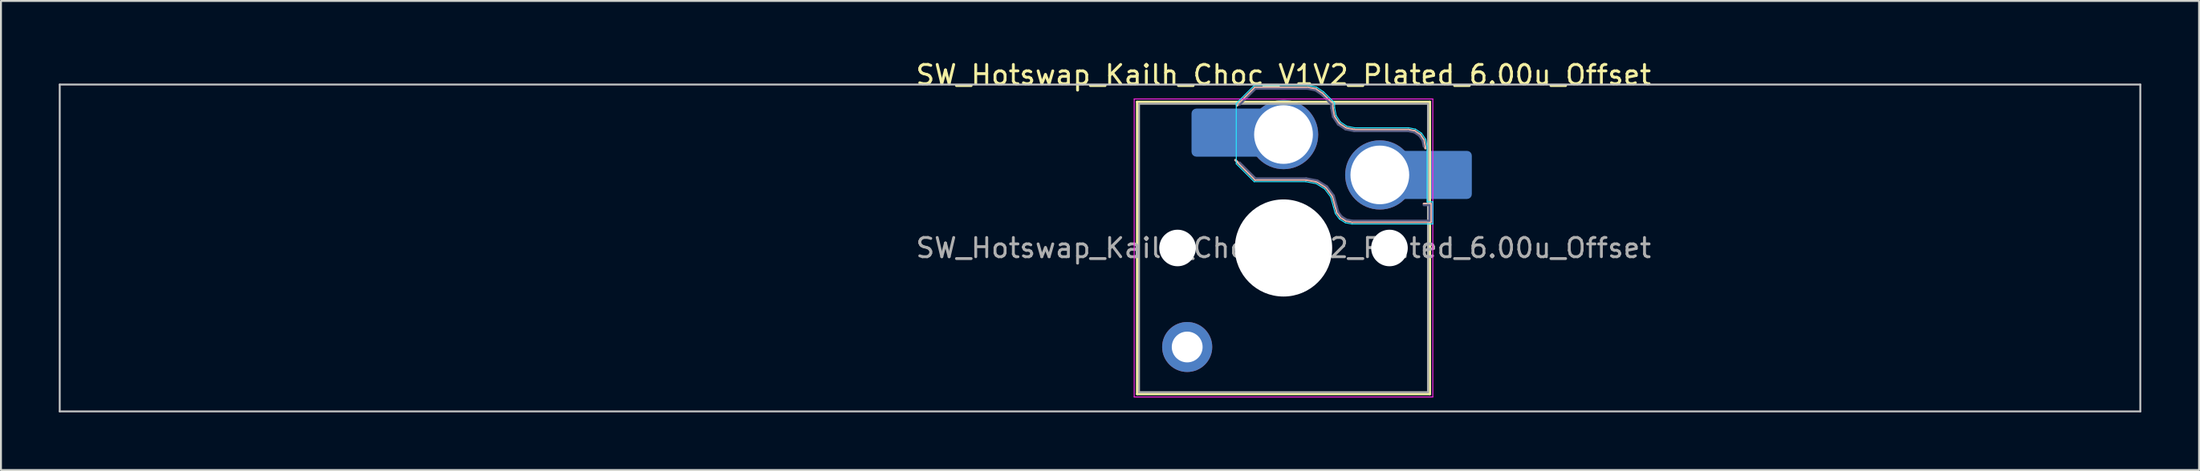
<source format=kicad_pcb>
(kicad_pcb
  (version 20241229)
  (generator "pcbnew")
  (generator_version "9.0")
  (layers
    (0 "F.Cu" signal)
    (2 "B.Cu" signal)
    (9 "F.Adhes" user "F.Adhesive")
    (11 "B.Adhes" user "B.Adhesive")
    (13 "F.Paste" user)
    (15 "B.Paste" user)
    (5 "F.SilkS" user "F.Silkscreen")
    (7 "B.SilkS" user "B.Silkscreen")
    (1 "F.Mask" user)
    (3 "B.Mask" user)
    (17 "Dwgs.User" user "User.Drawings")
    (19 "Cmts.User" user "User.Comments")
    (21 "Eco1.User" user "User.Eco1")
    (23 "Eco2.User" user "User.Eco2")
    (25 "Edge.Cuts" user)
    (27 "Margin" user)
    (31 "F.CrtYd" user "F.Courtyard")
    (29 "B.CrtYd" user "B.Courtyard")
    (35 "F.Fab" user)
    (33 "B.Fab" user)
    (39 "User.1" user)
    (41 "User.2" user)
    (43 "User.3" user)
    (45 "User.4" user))
  (footprint "SW_Hotswap_Kailh_Choc_V1V2_Plated_6.00u_Offset"
    (layer "F.Cu")
    (at 63.575 9.848)
    (property "Reference" "SW_Hotswap_Kailh_Choc_V1V2_Plated_6.00u_Offset" (at 0 -9 0) (layer "F.SilkS") (effects (font (size 1 1) (thickness 0.15))))
    (attr smd)
    (fp_line (start -7.6 -7.6) (end -7.6 7.6) (stroke (width 0.12) (type solid)) (layer "F.SilkS"))
    (fp_line (start -7.6 7.6) (end 7.6 7.6) (stroke (width 0.12) (type solid)) (layer "F.SilkS"))
    (fp_line (start 7.6 -7.6) (end -7.6 -7.6) (stroke (width 0.12) (type solid)) (layer "F.SilkS"))
    (fp_line (start 7.6 7.6) (end 7.6 -7.6) (stroke (width 0.12) (type solid)) (layer "F.SilkS"))
    (fp_line (start -2.416 -7.409) (end -1.479 -8.346) (stroke (width 0.12) (type solid)) (layer "B.SilkS"))
    (fp_line (start -1.479 -8.346) (end 1.268 -8.346) (stroke (width 0.12) (type solid)) (layer "B.SilkS"))
    (fp_line (start -1.479 -3.554) (end -2.5 -4.575) (stroke (width 0.12) (type solid)) (layer "B.SilkS"))
    (fp_line (start 1.168 -3.554) (end -1.479 -3.554) (stroke (width 0.12) (type solid)) (layer "B.SilkS"))
    (fp_line (start 1.268 -8.346) (end 1.671 -8.266) (stroke (width 0.12) (type solid)) (layer "B.SilkS"))
    (fp_line (start 1.671 -8.266) (end 2.013 -8.037) (stroke (width 0.12) (type solid)) (layer "B.SilkS"))
    (fp_line (start 1.73 -3.449) (end 1.168 -3.554) (stroke (width 0.12) (type solid)) (layer "B.SilkS"))
    (fp_line (start 2.013 -8.037) (end 2.546 -7.504) (stroke (width 0.12) (type solid)) (layer "B.SilkS"))
    (fp_line (start 2.209 -3.15) (end 1.73 -3.449) (stroke (width 0.12) (type solid)) (layer "B.SilkS"))
    (fp_line (start 2.546 -7.504) (end 2.546 -7.282) (stroke (width 0.12) (type solid)) (layer "B.SilkS"))
    (fp_line (start 2.546 -7.282) (end 2.633 -6.844) (stroke (width 0.12) (type solid)) (layer "B.SilkS"))
    (fp_line (start 2.547 -2.697) (end 2.209 -3.15) (stroke (width 0.12) (type solid)) (layer "B.SilkS"))
    (fp_line (start 2.633 -6.844) (end 2.877 -6.477) (stroke (width 0.12) (type solid)) (layer "B.SilkS"))
    (fp_line (start 2.701 -2.139) (end 2.547 -2.697) (stroke (width 0.12) (type solid)) (layer "B.SilkS"))
    (fp_line (start 2.783 -1.841) (end 2.701 -2.139) (stroke (width 0.12) (type solid)) (layer "B.SilkS"))
    (fp_line (start 2.877 -6.477) (end 3.244 -6.233) (stroke (width 0.12) (type solid)) (layer "B.SilkS"))
    (fp_line (start 2.976 -1.583) (end 2.783 -1.841) (stroke (width 0.12) (type solid)) (layer "B.SilkS"))
    (fp_line (start 3.244 -6.233) (end 3.682 -6.146) (stroke (width 0.12) (type solid)) (layer "B.SilkS"))
    (fp_line (start 3.25 -1.413) (end 2.976 -1.583) (stroke (width 0.12) (type solid)) (layer "B.SilkS"))
    (fp_line (start 3.56 -1.354) (end 3.25 -1.413) (stroke (width 0.12) (type solid)) (layer "B.SilkS"))
    (fp_line (start 3.682 -6.146) (end 6.482 -6.146) (stroke (width 0.12) (type solid)) (layer "B.SilkS"))
    (fp_line (start 6.482 -6.146) (end 6.809 -6.081) (stroke (width 0.12) (type solid)) (layer "B.SilkS"))
    (fp_line (start 6.809 -6.081) (end 7.092 -5.892) (stroke (width 0.12) (type solid)) (layer "B.SilkS"))
    (fp_line (start 7.092 -5.892) (end 7.281 -5.609) (stroke (width 0.12) (type solid)) (layer "B.SilkS"))
    (fp_line (start 7.281 -5.609) (end 7.366 -5.182) (stroke (width 0.12) (type solid)) (layer "B.SilkS"))
    (fp_line (start 7.283 -2.296) (end 7.646 -2.296) (stroke (width 0.12) (type solid)) (layer "B.SilkS"))
    (fp_line (start 7.646 -2.296) (end 7.646 -1.354) (stroke (width 0.12) (type solid)) (layer "B.SilkS"))
    (fp_line (start 7.646 -1.354) (end 3.56 -1.354) (stroke (width 0.12) (type solid)) (layer "B.SilkS"))
    (fp_line (start -63.525 -8.5) (end -63.525 8.5) (stroke (width 0.1) (type solid)) (layer "Dwgs.User"))
    (fp_line (start -63.525 8.5) (end 44.475 8.5) (stroke (width 0.1) (type solid)) (layer "Dwgs.User"))
    (fp_line (start 44.475 -8.5) (end -63.525 -8.5) (stroke (width 0.1) (type solid)) (layer "Dwgs.User"))
    (fp_line (start 44.475 8.5) (end 44.475 -8.5) (stroke (width 0.1) (type solid)) (layer "Dwgs.User"))
    (fp_line (start -7.25 -7.25) (end -7.25 7.25) (stroke (width 0.1) (type solid)) (layer "Eco1.User"))
    (fp_line (start -7.25 7.25) (end 7.25 7.25) (stroke (width 0.1) (type solid)) (layer "Eco1.User"))
    (fp_line (start 7.25 -7.25) (end -7.25 -7.25) (stroke (width 0.1) (type solid)) (layer "Eco1.User"))
    (fp_line (start 7.25 7.25) (end 7.25 -7.25) (stroke (width 0.1) (type solid)) (layer "Eco1.User"))
    (fp_line (start -2.452 -7.523) (end -1.523 -8.452) (stroke (width 0.05) (type solid)) (layer "B.CrtYd"))
    (fp_line (start -2.452 -4.377) (end -2.452 -7.523) (stroke (width 0.05) (type solid)) (layer "B.CrtYd"))
    (fp_line (start -1.523 -8.452) (end 1.278 -8.452) (stroke (width 0.05) (type solid)) (layer "B.CrtYd"))
    (fp_line (start -1.523 -3.448) (end -2.452 -4.377) (stroke (width 0.05) (type solid)) (layer "B.CrtYd"))
    (fp_line (start 1.159 -3.448) (end -1.523 -3.448) (stroke (width 0.05) (type solid)) (layer "B.CrtYd"))
    (fp_line (start 1.278 -8.452) (end 1.712 -8.366) (stroke (width 0.05) (type solid)) (layer "B.CrtYd"))
    (fp_line (start 1.691 -3.348) (end 1.159 -3.448) (stroke (width 0.05) (type solid)) (layer "B.CrtYd"))
    (fp_line (start 1.712 -8.366) (end 2.081 -8.119) (stroke (width 0.05) (type solid)) (layer "B.CrtYd"))
    (fp_line (start 2.081 -8.119) (end 2.652 -7.548) (stroke (width 0.05) (type solid)) (layer "B.CrtYd"))
    (fp_line (start 2.136 -3.071) (end 1.691 -3.348) (stroke (width 0.05) (type solid)) (layer "B.CrtYd"))
    (fp_line (start 2.45 -2.65) (end 2.136 -3.071) (stroke (width 0.05) (type solid)) (layer "B.CrtYd"))
    (fp_line (start 2.599 -2.111) (end 2.45 -2.65) (stroke (width 0.05) (type solid)) (layer "B.CrtYd"))
    (fp_line (start 2.652 -7.548) (end 2.652 -7.292) (stroke (width 0.05) (type solid)) (layer "B.CrtYd"))
    (fp_line (start 2.652 -7.292) (end 2.733 -6.885) (stroke (width 0.05) (type solid)) (layer "B.CrtYd"))
    (fp_line (start 2.687 -1.794) (end 2.599 -2.111) (stroke (width 0.05) (type solid)) (layer "B.CrtYd"))
    (fp_line (start 2.733 -6.885) (end 2.953 -6.553) (stroke (width 0.05) (type solid)) (layer "B.CrtYd"))
    (fp_line (start 2.903 -1.503) (end 2.687 -1.794) (stroke (width 0.05) (type solid)) (layer "B.CrtYd"))
    (fp_line (start 2.953 -6.553) (end 3.285 -6.333) (stroke (width 0.05) (type solid)) (layer "B.CrtYd"))
    (fp_line (start 3.211 -1.312) (end 2.903 -1.503) (stroke (width 0.05) (type solid)) (layer "B.CrtYd"))
    (fp_line (start 3.285 -6.333) (end 3.692 -6.252) (stroke (width 0.05) (type solid)) (layer "B.CrtYd"))
    (fp_line (start 3.55 -1.248) (end 3.211 -1.312) (stroke (width 0.05) (type solid)) (layer "B.CrtYd"))
    (fp_line (start 3.692 -6.252) (end 6.492 -6.252) (stroke (width 0.05) (type solid)) (layer "B.CrtYd"))
    (fp_line (start 6.492 -6.252) (end 6.85 -6.181) (stroke (width 0.05) (type solid)) (layer "B.CrtYd"))
    (fp_line (start 6.85 -6.181) (end 7.168 -5.968) (stroke (width 0.05) (type solid)) (layer "B.CrtYd"))
    (fp_line (start 7.168 -5.968) (end 7.381 -5.65) (stroke (width 0.05) (type solid)) (layer "B.CrtYd"))
    (fp_line (start 7.381 -5.65) (end 7.452 -5.292) (stroke (width 0.05) (type solid)) (layer "B.CrtYd"))
    (fp_line (start 7.452 -5.292) (end 7.452 -2.402) (stroke (width 0.05) (type solid)) (layer "B.CrtYd"))
    (fp_line (start 7.452 -2.402) (end 7.752 -2.402) (stroke (width 0.05) (type solid)) (layer "B.CrtYd"))
    (fp_line (start 7.752 -2.402) (end 7.752 -1.248) (stroke (width 0.05) (type solid)) (layer "B.CrtYd"))
    (fp_line (start 7.752 -1.248) (end 3.55 -1.248) (stroke (width 0.05) (type solid)) (layer "B.CrtYd"))
    (fp_line (start -7.75 -7.75) (end -7.75 7.75) (stroke (width 0.05) (type solid)) (layer "F.CrtYd"))
    (fp_line (start -7.75 7.75) (end 7.75 7.75) (stroke (width 0.05) (type solid)) (layer "F.CrtYd"))
    (fp_line (start 7.75 -7.75) (end -7.75 -7.75) (stroke (width 0.05) (type solid)) (layer "F.CrtYd"))
    (fp_line (start 7.75 7.75) (end 7.75 -7.75) (stroke (width 0.05) (type solid)) (layer "F.CrtYd"))
    (fp_line (start -2.275 -7.45) (end -1.45 -8.275) (stroke (width 0.1) (type solid)) (layer "B.Fab"))
    (fp_line (start -1.45 -8.275) (end 1.261 -8.275) (stroke (width 0.1) (type solid)) (layer "B.Fab"))
    (fp_line (start -1.45 -3.625) (end -2.275 -4.45) (stroke (width 0.1) (type solid)) (layer "B.Fab"))
    (fp_line (start 1.175 -3.625) (end -1.45 -3.625) (stroke (width 0.1) (type solid)) (layer "B.Fab"))
    (fp_line (start 1.261 -8.275) (end 1.643 -8.199) (stroke (width 0.1) (type solid)) (layer "B.Fab"))
    (fp_line (start 1.643 -8.199) (end 1.968 -7.982) (stroke (width 0.1) (type solid)) (layer "B.Fab"))
    (fp_line (start 1.756 -3.516) (end 1.175 -3.625) (stroke (width 0.1) (type solid)) (layer "B.Fab"))
    (fp_line (start 1.968 -7.982) (end 2.475 -7.475) (stroke (width 0.1) (type solid)) (layer "B.Fab"))
    (fp_line (start 2.258 -3.203) (end 1.756 -3.516) (stroke (width 0.1) (type solid)) (layer "B.Fab"))
    (fp_line (start 2.475 -7.475) (end 2.475 -7.275) (stroke (width 0.1) (type solid)) (layer "B.Fab"))
    (fp_line (start 2.475 -7.275) (end 2.566 -6.816) (stroke (width 0.1) (type solid)) (layer "B.Fab"))
    (fp_line (start 2.566 -6.816) (end 2.826 -6.426) (stroke (width 0.1) (type solid)) (layer "B.Fab"))
    (fp_line (start 2.612 -2.729) (end 2.258 -3.203) (stroke (width 0.1) (type solid)) (layer "B.Fab"))
    (fp_line (start 2.769 -2.158) (end 2.612 -2.729) (stroke (width 0.1) (type solid)) (layer "B.Fab"))
    (fp_line (start 2.826 -6.426) (end 3.216 -6.166) (stroke (width 0.1) (type solid)) (layer "B.Fab"))
    (fp_line (start 2.848 -1.873) (end 2.769 -2.158) (stroke (width 0.1) (type solid)) (layer "B.Fab"))
    (fp_line (start 3.025 -1.636) (end 2.848 -1.873) (stroke (width 0.1) (type solid)) (layer "B.Fab"))
    (fp_line (start 3.216 -6.166) (end 3.675 -6.075) (stroke (width 0.1) (type solid)) (layer "B.Fab"))
    (fp_line (start 3.276 -1.48) (end 3.025 -1.636) (stroke (width 0.1) (type solid)) (layer "B.Fab"))
    (fp_line (start 3.567 -1.425) (end 3.276 -1.48) (stroke (width 0.1) (type solid)) (layer "B.Fab"))
    (fp_line (start 3.675 -6.075) (end 6.475 -6.075) (stroke (width 0.1) (type solid)) (layer "B.Fab"))
    (fp_line (start 6.475 -6.075) (end 6.781 -6.014) (stroke (width 0.1) (type solid)) (layer "B.Fab"))
    (fp_line (start 6.781 -6.014) (end 7.041 -5.841) (stroke (width 0.1) (type solid)) (layer "B.Fab"))
    (fp_line (start 7.041 -5.841) (end 7.214 -5.581) (stroke (width 0.1) (type solid)) (layer "B.Fab"))
    (fp_line (start 7.214 -5.581) (end 7.275 -5.275) (stroke (width 0.1) (type solid)) (layer "B.Fab"))
    (fp_line (start 7.275 -2.225) (end 7.575 -2.225) (stroke (width 0.1) (type solid)) (layer "B.Fab"))
    (fp_line (start 7.575 -2.225) (end 7.575 -1.425) (stroke (width 0.1) (type solid)) (layer "B.Fab"))
    (fp_line (start 7.575 -1.425) (end 3.567 -1.425) (stroke (width 0.1) (type solid)) (layer "B.Fab"))
    (fp_line (start -7.5 -7.5) (end -7.5 7.5) (stroke (width 0.1) (type solid)) (layer "F.Fab"))
    (fp_line (start -7.5 7.5) (end 7.5 7.5) (stroke (width 0.1) (type solid)) (layer "F.Fab"))
    (fp_line (start 7.5 -7.5) (end -7.5 -7.5) (stroke (width 0.1) (type solid)) (layer "F.Fab"))
    (fp_line (start 7.5 7.5) (end 7.5 -7.5) (stroke (width 0.1) (type solid)) (layer "F.Fab"))
    (fp_text user "${REFERENCE}" (at 0 0 0) (layer "F.Fab") (effects (font (size 1 1) (thickness 0.15))))
    (pad "" np_thru_hole circle (at -5.5 0) (size 1.9 1.9) (drill 1.9) (layers "*.Cu" "*.Mask"))
    (pad "" thru_hole circle (at -5 5.15) (size 2.6 2.6) (drill 1.6) (layers "*.Cu" "*.Mask"))
    (pad "" smd roundrect (at -3.5 -6) (size 2.55 2.5) (layers "B.Mask" "B.Paste") (roundrect_rratio 0.1))
    (pad "" np_thru_hole circle (at 0 0) (size 5.05 5.05) (drill 5.05) (layers "*.Cu" "*.Mask"))
    (pad "" np_thru_hole circle (at 5.5 0) (size 1.9 1.9) (drill 1.9) (layers "*.Cu" "*.Mask"))
    (pad "" smd roundrect (at 8.5 -3.8) (size 2.55 2.5) (layers "B.Mask" "B.Paste") (roundrect_rratio 0.1))
    (pad "1" smd roundrect (at -2.85 -6) (size 3.85 2.5) (layers "B.Cu") (roundrect_rratio 0.1))
    (pad "1" thru_hole circle (at 0 -5.9) (size 3.6 3.6) (drill 3.05) (layers "*.Cu" "*.Mask"))
    (pad "2" thru_hole circle (at 5 -3.8) (size 3.6 3.6) (drill 3.05) (layers "*.Cu" "*.Mask"))
    (pad "2" smd roundrect (at 7.85 -3.8) (size 3.85 2.5) (layers "B.Cu") (roundrect_rratio 0.1)))
  (gr_rect
    (start -3 -3)
    (end 111.1 21.398)
    (stroke (width 0.1) (type default))
    (fill no)
    (layer "Edge.Cuts")))
</source>
